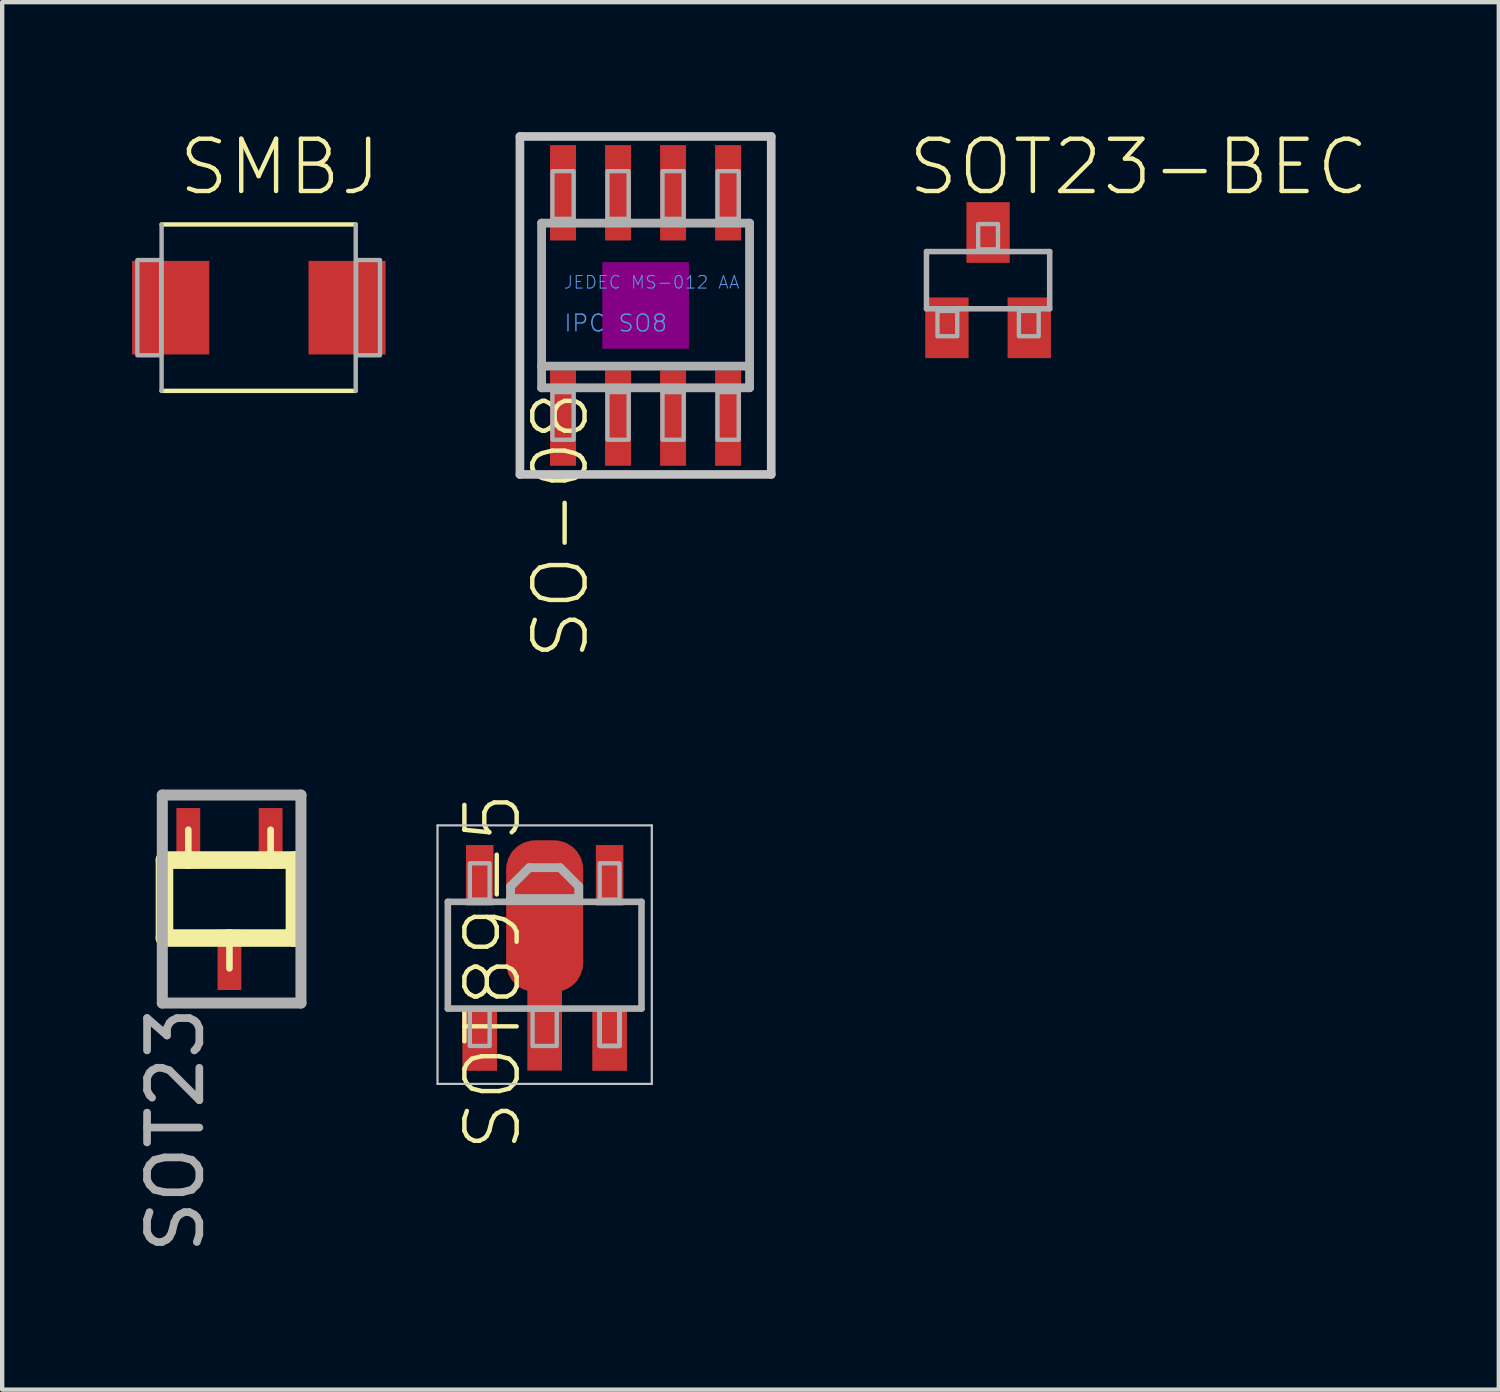
<source format=kicad_pcb>
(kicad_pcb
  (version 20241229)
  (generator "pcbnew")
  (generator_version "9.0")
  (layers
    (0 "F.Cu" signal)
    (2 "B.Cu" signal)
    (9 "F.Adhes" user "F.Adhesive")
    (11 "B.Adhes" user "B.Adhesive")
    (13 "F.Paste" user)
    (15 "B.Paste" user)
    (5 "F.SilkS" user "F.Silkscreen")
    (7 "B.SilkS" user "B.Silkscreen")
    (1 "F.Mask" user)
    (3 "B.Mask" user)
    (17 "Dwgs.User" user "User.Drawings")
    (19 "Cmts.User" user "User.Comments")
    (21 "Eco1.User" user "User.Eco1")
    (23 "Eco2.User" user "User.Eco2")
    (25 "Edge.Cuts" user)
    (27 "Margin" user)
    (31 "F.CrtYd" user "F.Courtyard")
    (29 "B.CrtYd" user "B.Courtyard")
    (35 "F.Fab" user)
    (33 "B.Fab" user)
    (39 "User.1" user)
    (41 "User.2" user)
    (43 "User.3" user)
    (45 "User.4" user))
  (footprint "SOT89-5"
    (layer "F.Cu")
    (at 9.521 18.983)
    (property "Reference" "SOT89-5" (at -1.905 -3.81 90) (layer "F.SilkS") (effects (font (size 1.206 1.206) (thickness 0.102)) (justify right top)))
    (attr through_hole)
    (fp_poly (pts (xy -0.508 2.794) (xy 0.508 2.794) (xy 0.508 1.27) (xy -0.508 1.27)) (stroke (width 0) (type solid)) (fill yes) (layer "F.Mask"))
    (fp_line (start 0 -0.191) (end 0 -1.651) (stroke (width 1.8) (type solid)) (layer "F.Paste"))
    (fp_poly (pts (xy -0.381 2.667) (xy 0.381 2.667) (xy 0.381 1.333) (xy -0.381 1.333)) (stroke (width 0) (type solid)) (fill yes) (layer "F.Paste"))
    (fp_line (start -2.473 -2.983) (end 2.473 -2.983) (stroke (width 0.051) (type solid)) (layer "Dwgs.User"))
    (fp_line (start -2.473 2.983) (end -2.473 -2.983) (stroke (width 0.051) (type solid)) (layer "Dwgs.User"))
    (fp_line (start 2.473 -2.983) (end 2.473 2.983) (stroke (width 0.051) (type solid)) (layer "Dwgs.User"))
    (fp_line (start 2.473 2.983) (end -2.473 2.983) (stroke (width 0.051) (type solid)) (layer "Dwgs.User"))
    (fp_line (start -2.235 -1.219) (end 2.235 -1.219) (stroke (width 0.152) (type solid)) (layer "F.Fab"))
    (fp_line (start -2.235 1.245) (end -2.235 -1.219) (stroke (width 0.152) (type solid)) (layer "F.Fab"))
    (fp_line (start -0.787 -1.575) (end -0.356 -2.007) (stroke (width 0.203) (type solid)) (layer "F.Fab"))
    (fp_line (start -0.787 -1.295) (end -0.787 -1.575) (stroke (width 0.203) (type solid)) (layer "F.Fab"))
    (fp_line (start -0.356 -2.007) (end 0.356 -2.007) (stroke (width 0.203) (type solid)) (layer "F.Fab"))
    (fp_line (start 0.356 -2.007) (end 0.787 -1.575) (stroke (width 0.203) (type solid)) (layer "F.Fab"))
    (fp_line (start 0.787 -1.575) (end 0.787 -1.295) (stroke (width 0.203) (type solid)) (layer "F.Fab"))
    (fp_line (start 0.787 -1.295) (end -0.787 -1.295) (stroke (width 0.203) (type solid)) (layer "F.Fab"))
    (fp_line (start 2.235 -1.219) (end 2.235 1.245) (stroke (width 0.152) (type solid)) (layer "F.Fab"))
    (fp_line (start 2.235 1.245) (end -2.235 1.245) (stroke (width 0.152) (type solid)) (layer "F.Fab"))
    (fp_poly (pts (xy -1.727 -1.27) (xy -1.27 -1.27) (xy -1.27 -2.108) (xy -1.727 -2.108)) (stroke (width 0.1) (type solid)) (fill no) (layer "F.Fab"))
    (fp_poly (pts (xy -1.727 2.108) (xy -1.27 2.108) (xy -1.27 1.27) (xy -1.727 1.27)) (stroke (width 0.1) (type solid)) (fill no) (layer "F.Fab"))
    (fp_poly (pts (xy -0.279 2.108) (xy 0.279 2.108) (xy 0.279 1.27) (xy -0.279 1.27)) (stroke (width 0.1) (type solid)) (fill no) (layer "F.Fab"))
    (fp_poly (pts (xy 1.27 -1.27) (xy 1.727 -1.27) (xy 1.727 -2.108) (xy 1.27 -2.108)) (stroke (width 0.1) (type solid)) (fill no) (layer "F.Fab"))
    (fp_poly (pts (xy 1.27 2.108) (xy 1.727 2.108) (xy 1.727 1.27) (xy 1.27 1.27)) (stroke (width 0.1) (type solid)) (fill no) (layer "F.Fab"))
    (fp_poly (pts (xy 1.27 2.108) (xy 1.727 2.108) (xy 1.727 1.27) (xy 1.27 1.27)) (stroke (width 0.1) (type solid)) (fill no) (layer "F.Fab"))
    (fp_poly (pts (xy 1.27 2.108) (xy 1.727 2.108) (xy 1.727 1.27) (xy 1.27 1.27)) (stroke (width 0.1) (type solid)) (fill no) (layer "F.Fab"))
    (fp_poly (pts (xy -0.787 -1.321) (xy -0.787 -1.575) (xy -0.356 -2.007) (xy 0.305 -2.007) (xy 0.356 -2.007) (xy 0.787 -1.575) (xy 0.787 -1.295) (xy -0.787 -1.295)) (stroke (width 0.1) (type solid)) (fill no) (layer "F.Fab"))
    (pad "1" smd rect (at -1.499 1.981) (size 0.8 1.4) (layers "F.Cu" "F.Mask" "F.Paste"))
    (pad "2" smd rect (at 0 1.727) (size 0.8 1.9) (layers "F.Cu" "F.Mask"))
    (pad "2.1" smd roundrect (at 0 -0.889) (size 1.778 3.5) (layers "F.Cu" "F.Mask") (roundrect_rratio 0.375))
    (pad "3" smd rect (at 1.499 1.981) (size 0.8 1.4) (layers "F.Cu" "F.Mask" "F.Paste"))
    (pad "4" smd rect (at 1.499 -1.829) (size 0.635 1.4) (layers "F.Cu" "F.Mask" "F.Paste"))
    (pad "5" smd rect (at -1.499 -1.829) (size 0.635 1.4) (layers "F.Cu" "F.Mask" "F.Paste")))
  (footprint "SOT23-BEC"
    (layer "F.Cu")
    (at 19.755 3.416)
    (property "Reference" "SOT23-BEC" (at -1.905 -1.905 0) (layer "F.SilkS") (effects (font (size 1.206 1.206) (thickness 0.102)) (justify left bottom)))
    (attr through_hole)
    (fp_line (start -1.422 -0.66) (end 1.422 -0.66) (stroke (width 0.127) (type solid)) (layer "F.Fab"))
    (fp_line (start -1.422 0.66) (end -1.422 -0.66) (stroke (width 0.127) (type solid)) (layer "F.Fab"))
    (fp_line (start 1.422 -0.66) (end 1.422 0.66) (stroke (width 0.127) (type solid)) (layer "F.Fab"))
    (fp_line (start 1.422 0.66) (end -1.422 0.66) (stroke (width 0.127) (type solid)) (layer "F.Fab"))
    (fp_poly (pts (xy -1.168 1.295) (xy -0.711 1.295) (xy -0.711 0.711) (xy -1.168 0.711)) (stroke (width 0.1) (type solid)) (fill no) (layer "F.Fab"))
    (fp_poly (pts (xy -0.229 -0.711) (xy 0.229 -0.711) (xy 0.229 -1.295) (xy -0.229 -1.295)) (stroke (width 0.1) (type solid)) (fill no) (layer "F.Fab"))
    (fp_poly (pts (xy 0.711 1.295) (xy 1.168 1.295) (xy 1.168 0.711) (xy 0.711 0.711)) (stroke (width 0.1) (type solid)) (fill no) (layer "F.Fab"))
    (pad "B" smd rect (at -0.95 1.1) (size 1 1.4) (layers "F.Cu" "F.Mask" "F.Paste"))
    (pad "C" smd rect (at 0 -1.1) (size 1 1.4) (layers "F.Cu" "F.Mask" "F.Paste"))
    (pad "E" smd rect (at 0.95 1.1) (size 1 1.4) (layers "F.Cu" "F.Mask" "F.Paste")))
  (footprint "SOT23"
    (layer "F.Cu")
    (at 2.246 17.7)
    (property "Reference" "SOT23" (at -1.95 2.4 90) (layer "F.Fab") (effects (font (size 1.206 1.206) (thickness 0.178)) (justify right top)))
    (attr through_hole)
    (fp_line (start -1.5 -0.9) (end -1.5 0.9) (stroke (width 0.406) (type solid)) (layer "F.SilkS"))
    (fp_line (start -1.5 0.9) (end 0 0.9) (stroke (width 0.406) (type solid)) (layer "F.SilkS"))
    (fp_line (start -0.95 -0.9) (end -1.5 -0.9) (stroke (width 0.406) (type solid)) (layer "F.SilkS"))
    (fp_line (start -0.95 -0.9) (end -0.95 -1.6) (stroke (width 0.152) (type solid)) (layer "F.SilkS"))
    (fp_line (start 0 0.9) (end 1.5 0.9) (stroke (width 0.406) (type solid)) (layer "F.SilkS"))
    (fp_line (start 0 1.6) (end 0 0.9) (stroke (width 0.152) (type solid)) (layer "F.SilkS"))
    (fp_line (start 0.95 -0.9) (end -0.95 -0.9) (stroke (width 0.406) (type solid)) (layer "F.SilkS"))
    (fp_line (start 0.95 -0.9) (end 0.95 -1.6) (stroke (width 0.152) (type solid)) (layer "F.SilkS"))
    (fp_line (start 1.5 -0.9) (end 0.95 -0.9) (stroke (width 0.406) (type solid)) (layer "F.SilkS"))
    (fp_line (start 1.5 0.9) (end 1.5 -0.9) (stroke (width 0.406) (type solid)) (layer "F.SilkS"))
    (fp_line (start -1.55 -2.4) (end 1.65 -2.4) (stroke (width 0.254) (type solid)) (layer "F.Fab"))
    (fp_line (start -1.55 2.4) (end -1.55 -2.4) (stroke (width 0.254) (type solid)) (layer "F.Fab"))
    (fp_line (start 1.65 -2.4) (end 1.65 2.4) (stroke (width 0.254) (type solid)) (layer "F.Fab"))
    (fp_line (start 1.65 2.4) (end -1.55 2.4) (stroke (width 0.254) (type solid)) (layer "F.Fab"))
    (pad "1" smd rect (at 0.95 -1.4) (size 0.55 1.4) (layers "F.Cu" "F.Mask" "F.Paste"))
    (pad "2" smd rect (at -0.95 -1.4) (size 0.55 1.4) (layers "F.Cu" "F.Mask" "F.Paste"))
    (pad "3" smd rect (at 0 1.4) (size 0.55 1.4) (layers "F.Cu" "F.Mask" "F.Paste")))
  (footprint "SO-08"
    (layer "F.Cu")
    (at 11.85 4)
    (property "Reference" "SO-08" (at -2.667 1.905 90) (layer "F.SilkS") (effects (font (size 1.206 1.206) (thickness 0.102)) (justify right top)))
    (attr through_hole)
    (fp_poly (pts (xy -1 1) (xy 1 1) (xy 1 -1) (xy -1 -1)) (stroke (width 0) (type solid)) (fill yes) (layer "F.Adhes"))
    (fp_line (start -2.9 -3.9) (end 2.9 -3.9) (stroke (width 0.2) (type solid)) (layer "Dwgs.User"))
    (fp_line (start -2.9 3.9) (end -2.9 -3.9) (stroke (width 0.2) (type solid)) (layer "Dwgs.User"))
    (fp_line (start 2.9 -3.9) (end 2.9 3.9) (stroke (width 0.2) (type solid)) (layer "Dwgs.User"))
    (fp_line (start 2.9 3.9) (end -2.9 3.9) (stroke (width 0.2) (type solid)) (layer "Dwgs.User"))
    (fp_line (start -2.4 -1.9) (end 2.4 -1.9) (stroke (width 0.203) (type solid)) (layer "F.Fab"))
    (fp_line (start -2.4 1.4) (end -2.4 -1.9) (stroke (width 0.203) (type solid)) (layer "F.Fab"))
    (fp_line (start -2.4 1.9) (end -2.4 1.4) (stroke (width 0.203) (type solid)) (layer "F.Fab"))
    (fp_line (start 2.4 -1.9) (end 2.4 1.4) (stroke (width 0.203) (type solid)) (layer "F.Fab"))
    (fp_line (start 2.4 1.4) (end -2.4 1.4) (stroke (width 0.203) (type solid)) (layer "F.Fab"))
    (fp_line (start 2.4 1.4) (end 2.4 1.9) (stroke (width 0.203) (type solid)) (layer "F.Fab"))
    (fp_line (start 2.4 1.9) (end -2.4 1.9) (stroke (width 0.203) (type solid)) (layer "F.Fab"))
    (fp_poly (pts (xy -2.15 -2) (xy -1.66 -2) (xy -1.66 -3.1) (xy -2.15 -3.1)) (stroke (width 0.1) (type solid)) (fill no) (layer "F.Fab"))
    (fp_poly (pts (xy -2.15 3.1) (xy -1.66 3.1) (xy -1.66 2) (xy -2.15 2)) (stroke (width 0.1) (type solid)) (fill no) (layer "F.Fab"))
    (fp_poly (pts (xy -0.88 -2) (xy -0.39 -2) (xy -0.39 -3.1) (xy -0.88 -3.1)) (stroke (width 0.1) (type solid)) (fill no) (layer "F.Fab"))
    (fp_poly (pts (xy -0.88 3.1) (xy -0.39 3.1) (xy -0.39 2) (xy -0.88 2)) (stroke (width 0.1) (type solid)) (fill no) (layer "F.Fab"))
    (fp_poly (pts (xy 0.39 -2) (xy 0.88 -2) (xy 0.88 -3.1) (xy 0.39 -3.1)) (stroke (width 0.1) (type solid)) (fill no) (layer "F.Fab"))
    (fp_poly (pts (xy 0.39 3.1) (xy 0.88 3.1) (xy 0.88 2) (xy 0.39 2)) (stroke (width 0.1) (type solid)) (fill no) (layer "F.Fab"))
    (fp_poly (pts (xy 1.66 -2) (xy 2.15 -2) (xy 2.15 -3.1) (xy 1.66 -3.1)) (stroke (width 0.1) (type solid)) (fill no) (layer "F.Fab"))
    (fp_poly (pts (xy 1.66 3.1) (xy 2.15 3.1) (xy 2.15 2) (xy 1.66 2)) (stroke (width 0.1) (type solid)) (fill no) (layer "F.Fab"))
    (fp_text user "JEDEC MS-012 AA" (at -1.905 -0.365 0) (layer "Cmts.User") (effects (font (size 0.29 0.29) (thickness 0.024)) (justify left bottom)))
    (fp_text user "IPC SO8" (at -1.905 0.635 0) (layer "Cmts.User") (effects (font (size 0.386 0.386) (thickness 0.033)) (justify left bottom)))
    (pad "1" smd rect (at -1.905 2.6) (size 0.6 2.2) (layers "F.Cu" "F.Mask" "F.Paste"))
    (pad "2" smd rect (at -0.635 2.6) (size 0.6 2.2) (layers "F.Cu" "F.Mask" "F.Paste"))
    (pad "3" smd rect (at 0.635 2.6) (size 0.6 2.2) (layers "F.Cu" "F.Mask" "F.Paste"))
    (pad "4" smd rect (at 1.905 2.6) (size 0.6 2.2) (layers "F.Cu" "F.Mask" "F.Paste"))
    (pad "5" smd rect (at 1.905 -2.6) (size 0.6 2.2) (layers "F.Cu" "F.Mask" "F.Paste"))
    (pad "6" smd rect (at 0.635 -2.6) (size 0.6 2.2) (layers "F.Cu" "F.Mask" "F.Paste"))
    (pad "7" smd rect (at -0.635 -2.6) (size 0.6 2.2) (layers "F.Cu" "F.Mask" "F.Paste"))
    (pad "8" smd rect (at -1.905 -2.6) (size 0.6 2.2) (layers "F.Cu" "F.Mask" "F.Paste")))
  (footprint "SMBJ"
    (layer "F.Cu")
    (at 2.92 4.051)
    (property "Reference" "SMBJ" (at -1.905 -2.54 0) (layer "F.SilkS") (effects (font (size 1.206 1.206) (thickness 0.102)) (justify left bottom)))
    (attr through_hole)
    (fp_line (start -2.24 -1.92) (end 2.24 -1.92) (stroke (width 0.102) (type solid)) (layer "F.SilkS"))
    (fp_line (start 2.24 1.92) (end -2.24 1.92) (stroke (width 0.102) (type solid)) (layer "F.SilkS"))
    (fp_line (start -2.24 1.92) (end -2.24 -1.92) (stroke (width 0.102) (type solid)) (layer "F.Fab"))
    (fp_line (start 2.24 -1.92) (end 2.24 1.92) (stroke (width 0.102) (type solid)) (layer "F.Fab"))
    (fp_poly (pts (xy -2.8 1.1) (xy -2.25 1.1) (xy -2.25 -1.1) (xy -2.8 -1.1)) (stroke (width 0.1) (type solid)) (fill no) (layer "F.Fab"))
    (fp_poly (pts (xy 2.25 1.1) (xy 2.8 1.1) (xy 2.8 -1.1) (xy 2.25 -1.1)) (stroke (width 0.1) (type solid)) (fill no) (layer "F.Fab"))
    (pad "A" smd rect (at 2.04 0 180) (size 1.78 2.16) (layers "F.Cu" "F.Mask" "F.Paste"))
    (pad "C" smd rect (at -2.03 0) (size 1.78 2.16) (layers "F.Cu" "F.Mask" "F.Paste")))
  (gr_rect
    (start -3 -3)
    (end 31.542 29.023)
    (stroke (width 0.1) (type default))
    (fill no)
    (layer "Edge.Cuts")))
</source>
